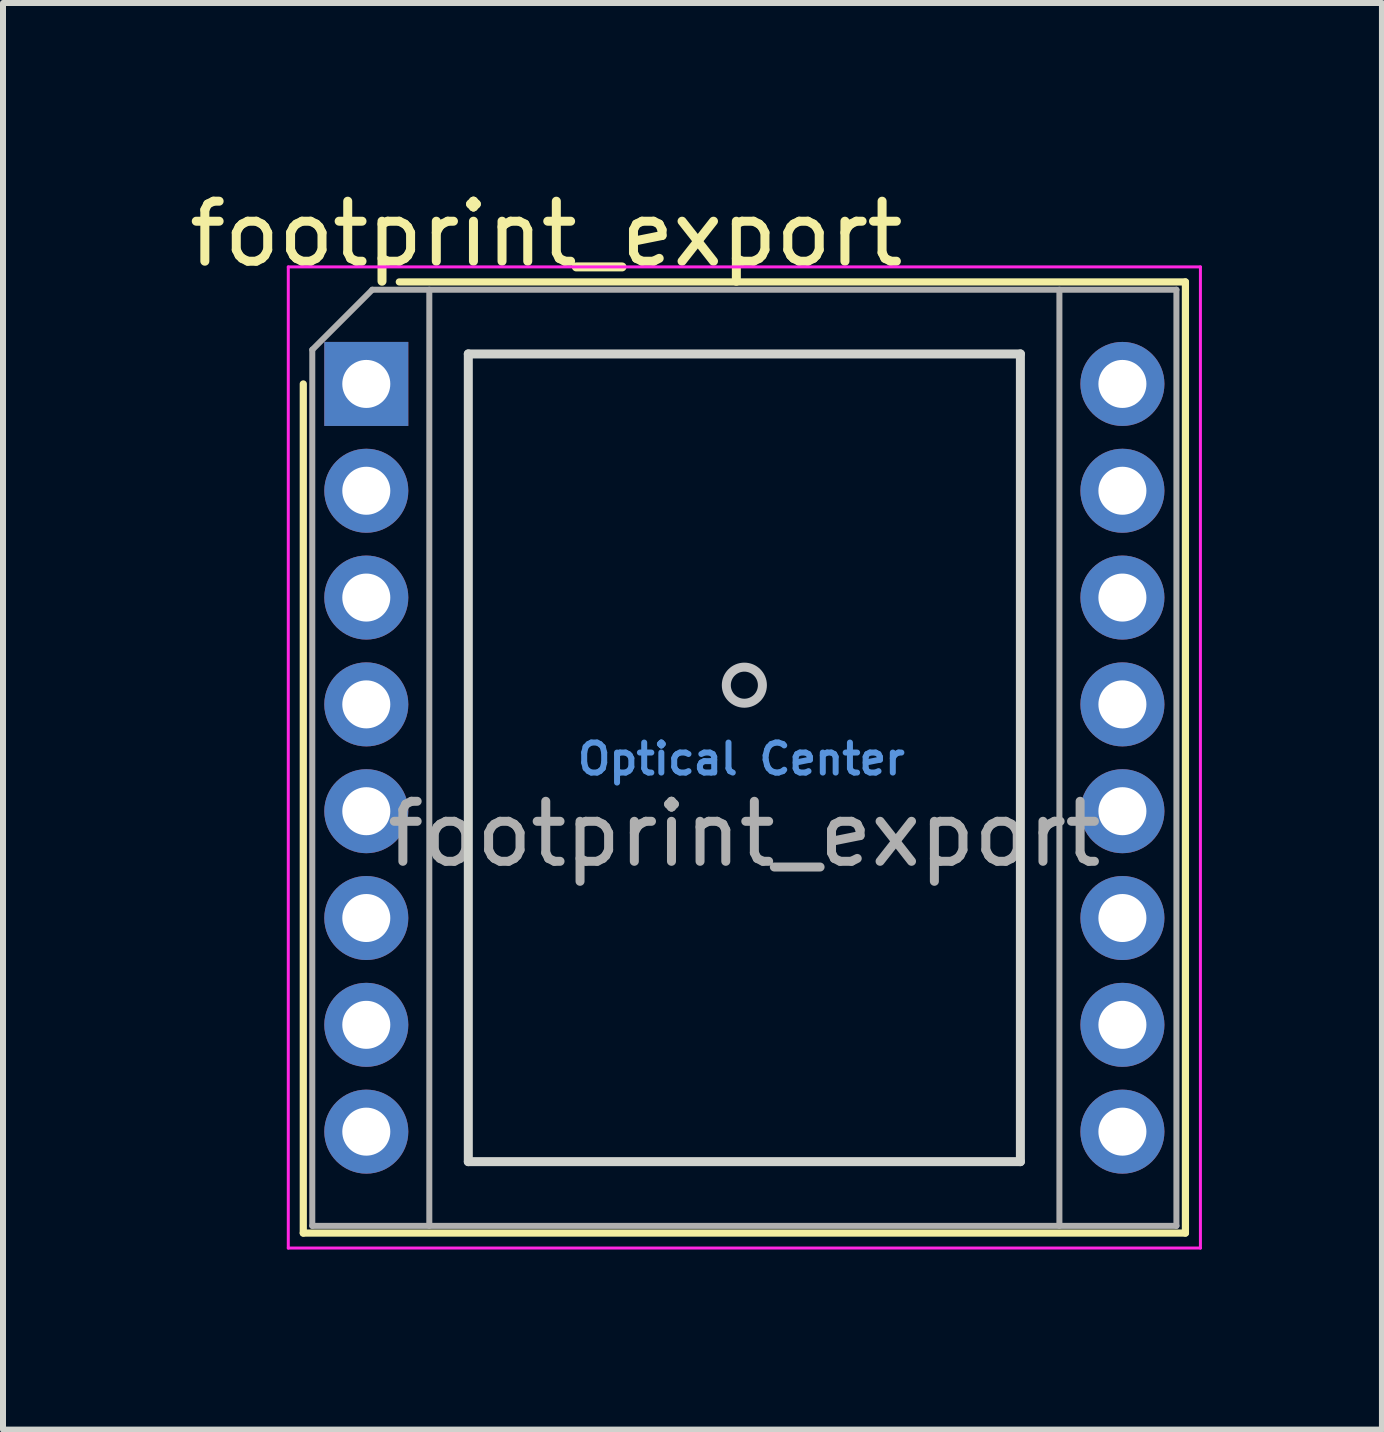
<source format=kicad_pcb>
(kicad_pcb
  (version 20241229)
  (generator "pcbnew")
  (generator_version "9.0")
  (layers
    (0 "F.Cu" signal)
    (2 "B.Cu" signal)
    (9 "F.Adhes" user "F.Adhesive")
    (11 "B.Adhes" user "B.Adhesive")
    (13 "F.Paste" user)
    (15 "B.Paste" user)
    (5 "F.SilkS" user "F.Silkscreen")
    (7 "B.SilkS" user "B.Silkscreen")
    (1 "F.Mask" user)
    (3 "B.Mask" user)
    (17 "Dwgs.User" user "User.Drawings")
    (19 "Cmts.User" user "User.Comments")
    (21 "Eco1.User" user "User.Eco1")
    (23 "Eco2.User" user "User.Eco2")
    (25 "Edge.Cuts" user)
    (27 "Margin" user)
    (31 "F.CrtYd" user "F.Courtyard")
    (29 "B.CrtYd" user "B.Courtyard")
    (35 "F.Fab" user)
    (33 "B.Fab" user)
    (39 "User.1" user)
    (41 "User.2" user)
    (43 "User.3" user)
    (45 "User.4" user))
  (footprint "footprint_export"
    (layer "F.Cu")
    (at 3.054 3.348)
    (property "Reference" "footprint_export" (at 3 -2.5 180) (layer "F.SilkS") (effects (font (size 1 1) (thickness 0.15))))
    (attr through_hole)
    (fp_line (start -1.05 14.15) (end -1.05 0) (stroke (width 0.12) (type solid)) (layer "F.SilkS"))
    (fp_line (start 0.55 -1.7) (end 13.65 -1.7) (stroke (width 0.12) (type solid)) (layer "F.SilkS"))
    (fp_line (start 13.65 -1.7) (end 13.65 14.15) (stroke (width 0.12) (type solid)) (layer "F.SilkS"))
    (fp_line (start 13.65 14.15) (end -1.05 14.15) (stroke (width 0.12) (type solid)) (layer "F.SilkS"))
    (fp_circle (center 6.3 5.02) (end 6 5) (stroke (width 0.15) (type solid)) (fill no) (layer "Dwgs.User"))
    (fp_line (start 1.7 -0.5) (end 10.9 -0.5) (stroke (width 0.15) (type solid)) (layer "Edge.Cuts"))
    (fp_line (start 1.7 12.96) (end 1.7 -0.5) (stroke (width 0.15) (type solid)) (layer "Edge.Cuts"))
    (fp_line (start 10.9 -0.5) (end 10.9 12.96) (stroke (width 0.15) (type solid)) (layer "Edge.Cuts"))
    (fp_line (start 10.9 12.96) (end 1.7 12.96) (stroke (width 0.15) (type solid)) (layer "Edge.Cuts"))
    (fp_line (start -1.3 -1.95) (end 13.9 -1.95) (stroke (width 0.05) (type solid)) (layer "F.CrtYd"))
    (fp_line (start -1.3 14.4) (end -1.3 -1.95) (stroke (width 0.05) (type solid)) (layer "F.CrtYd"))
    (fp_line (start 13.9 -1.95) (end 13.9 14.4) (stroke (width 0.05) (type solid)) (layer "F.CrtYd"))
    (fp_line (start 13.9 14.4) (end -1.3 14.4) (stroke (width 0.05) (type solid)) (layer "F.CrtYd"))
    (fp_line (start -0.9 14.03) (end -0.9 -0.57) (stroke (width 0.1) (type solid)) (layer "F.Fab"))
    (fp_line (start 0.1 -1.57) (end -0.9 -0.57) (stroke (width 0.1) (type solid)) (layer "F.Fab"))
    (fp_line (start 0.1 -1.57) (end 13.5 -1.57) (stroke (width 0.1) (type solid)) (layer "F.Fab"))
    (fp_line (start 1.05 -1.57) (end 1.05 14.03) (stroke (width 0.1) (type solid)) (layer "F.Fab"))
    (fp_line (start 11.55 -1.57) (end 11.55 14.03) (stroke (width 0.1) (type solid)) (layer "F.Fab"))
    (fp_line (start 13.5 -1.57) (end 13.5 14.03) (stroke (width 0.1) (type solid)) (layer "F.Fab"))
    (fp_line (start 13.5 14.03) (end -0.9 14.03) (stroke (width 0.1) (type solid)) (layer "F.Fab"))
    (fp_text user "Optical Center" (at 6.25 6.25 180) (layer "Cmts.User") (effects (font (size 0.5 0.5) (thickness 0.1))))
    (fp_text user "${REFERENCE}" (at 6.3 7.5 0) (layer "F.Fab") (effects (font (size 1 1) (thickness 0.15))))
    (pad "1" thru_hole rect (at 0 0) (size 1.4 1.4) (drill 0.8) (layers "*.Cu" "*.Mask"))
    (pad "2" thru_hole circle (at 0 1.78) (size 1.4 1.4) (drill 0.8) (layers "*.Cu" "*.Mask"))
    (pad "3" thru_hole circle (at 0 3.56) (size 1.4 1.4) (drill 0.8) (layers "*.Cu" "*.Mask"))
    (pad "4" thru_hole circle (at 0 5.34) (size 1.4 1.4) (drill 0.8) (layers "*.Cu" "*.Mask"))
    (pad "5" thru_hole circle (at 0 7.12) (size 1.4 1.4) (drill 0.8) (layers "*.Cu" "*.Mask"))
    (pad "6" thru_hole circle (at 0 8.9) (size 1.4 1.4) (drill 0.8) (layers "*.Cu" "*.Mask"))
    (pad "7" thru_hole circle (at 0 10.68) (size 1.4 1.4) (drill 0.8) (layers "*.Cu" "*.Mask"))
    (pad "8" thru_hole circle (at 0 12.46) (size 1.4 1.4) (drill 0.8) (layers "*.Cu" "*.Mask"))
    (pad "9" thru_hole circle (at 12.6 12.46) (size 1.4 1.4) (drill 0.8) (layers "*.Cu" "*.Mask"))
    (pad "10" thru_hole circle (at 12.6 10.68) (size 1.4 1.4) (drill 0.8) (layers "*.Cu" "*.Mask"))
    (pad "11" thru_hole circle (at 12.6 8.9) (size 1.4 1.4) (drill 0.8) (layers "*.Cu" "*.Mask"))
    (pad "12" thru_hole circle (at 12.6 7.12) (size 1.4 1.4) (drill 0.8) (layers "*.Cu" "*.Mask"))
    (pad "13" thru_hole circle (at 12.6 5.34) (size 1.4 1.4) (drill 0.8) (layers "*.Cu" "*.Mask"))
    (pad "14" thru_hole circle (at 12.6 3.56) (size 1.4 1.4) (drill 0.8) (layers "*.Cu" "*.Mask"))
    (pad "15" thru_hole circle (at 12.6 1.78) (size 1.4 1.4) (drill 0.8) (layers "*.Cu" "*.Mask"))
    (pad "16" thru_hole circle (at 12.6 0) (size 1.4 1.4) (drill 0.8) (layers "*.Cu" "*.Mask")))
  (gr_rect
    (start -3 -3)
    (end 19.979 20.773)
    (stroke (width 0.1) (type default))
    (fill no)
    (layer "Edge.Cuts")))
</source>
